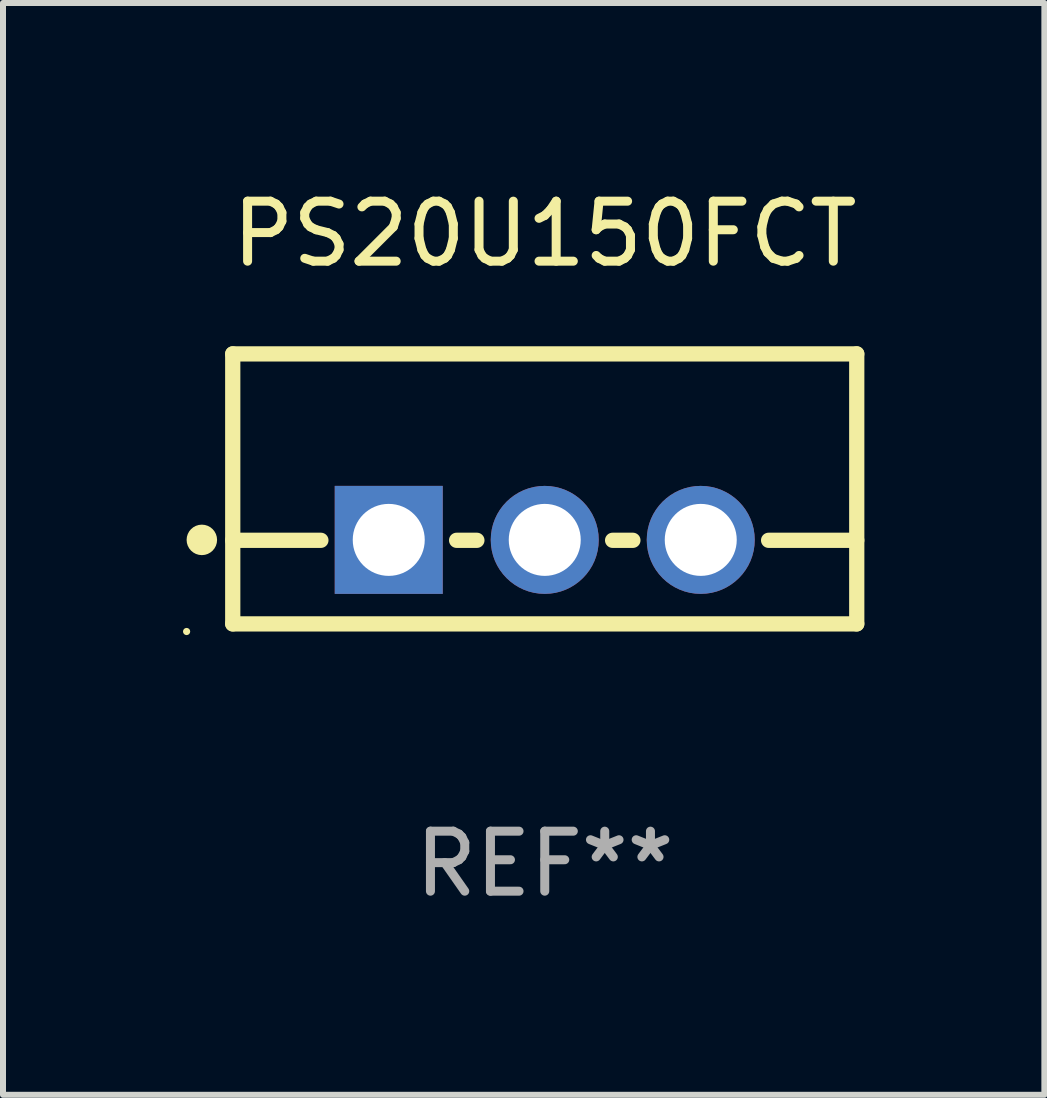
<source format=kicad_pcb>
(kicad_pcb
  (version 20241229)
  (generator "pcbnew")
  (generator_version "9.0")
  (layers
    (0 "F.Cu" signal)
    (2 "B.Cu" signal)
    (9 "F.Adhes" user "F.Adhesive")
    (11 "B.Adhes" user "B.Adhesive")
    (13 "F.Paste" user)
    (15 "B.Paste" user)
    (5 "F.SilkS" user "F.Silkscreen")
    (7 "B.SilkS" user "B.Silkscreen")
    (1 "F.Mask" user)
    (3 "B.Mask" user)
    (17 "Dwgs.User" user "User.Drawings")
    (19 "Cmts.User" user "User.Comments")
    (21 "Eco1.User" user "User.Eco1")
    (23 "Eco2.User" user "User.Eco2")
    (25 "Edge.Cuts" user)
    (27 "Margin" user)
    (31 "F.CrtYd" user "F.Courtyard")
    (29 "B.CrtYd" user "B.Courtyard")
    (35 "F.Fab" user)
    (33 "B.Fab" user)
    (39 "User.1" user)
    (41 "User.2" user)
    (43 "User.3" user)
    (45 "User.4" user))
  (footprint "PS20U150FCT"
    (layer "F.Cu")
    (at 6.029 5.098)
    (property "Reference" "PS20U150FCT" (at 0 -4.25 0) (layer "F.SilkS") (effects (font (size 1 1) (thickness 0.15))))
    (attr through_hole)
    (fp_line (start -5.2 -2.25) (end -5.2 2.25) (stroke (width 0.254) (type solid)) (layer "F.SilkS"))
    (fp_line (start -5.2 -2.25) (end 5.2 -2.25) (stroke (width 0.254) (type solid)) (layer "F.SilkS"))
    (fp_line (start -5.2 0.857) (end -3.731 0.857) (stroke (width 0.254) (type solid)) (layer "F.SilkS"))
    (fp_line (start -5.2 2.25) (end 5.2 2.25) (stroke (width 0.254) (type solid)) (layer "F.SilkS"))
    (fp_line (start -1.469 0.857) (end -1.131 0.857) (stroke (width 0.254) (type solid)) (layer "F.SilkS"))
    (fp_line (start 1.131 0.857) (end 1.469 0.857) (stroke (width 0.254) (type solid)) (layer "F.SilkS"))
    (fp_line (start 3.731 0.857) (end 5.2 0.857) (stroke (width 0.254) (type solid)) (layer "F.SilkS"))
    (fp_line (start 5.2 -2.25) (end 5.2 2.25) (stroke (width 0.254) (type solid)) (layer "F.SilkS"))
    (fp_circle (center -5.969 2.377) (end -5.939 2.377) (stroke (width 0.06) (type solid)) (fill no) (layer "F.SilkS"))
    (fp_circle (center -5.715 0.85) (end -5.588 0.85) (stroke (width 0.254) (type solid)) (fill no) (layer "F.SilkS"))
    (fp_text user "REF**" (at 0 6.25 0) (layer "F.Fab") (effects (font (size 1 1) (thickness 0.15))))
    (pad "1" thru_hole rect (at -2.6 0.85) (size 1.8 1.8) (drill 1.2) (layers "*.Cu" "*.Mask"))
    (pad "2" thru_hole circle (at 0 0.85) (size 1.8 1.8) (drill 1.2) (layers "*.Cu" "*.Mask"))
    (pad "3" thru_hole circle (at 2.6 0.85) (size 1.8 1.8) (drill 1.2) (layers "*.Cu" "*.Mask")))
  (gr_rect
    (start -3 -3)
    (end 14.356 15.197)
    (stroke (width 0.1) (type default))
    (fill no)
    (layer "Edge.Cuts")))
</source>
